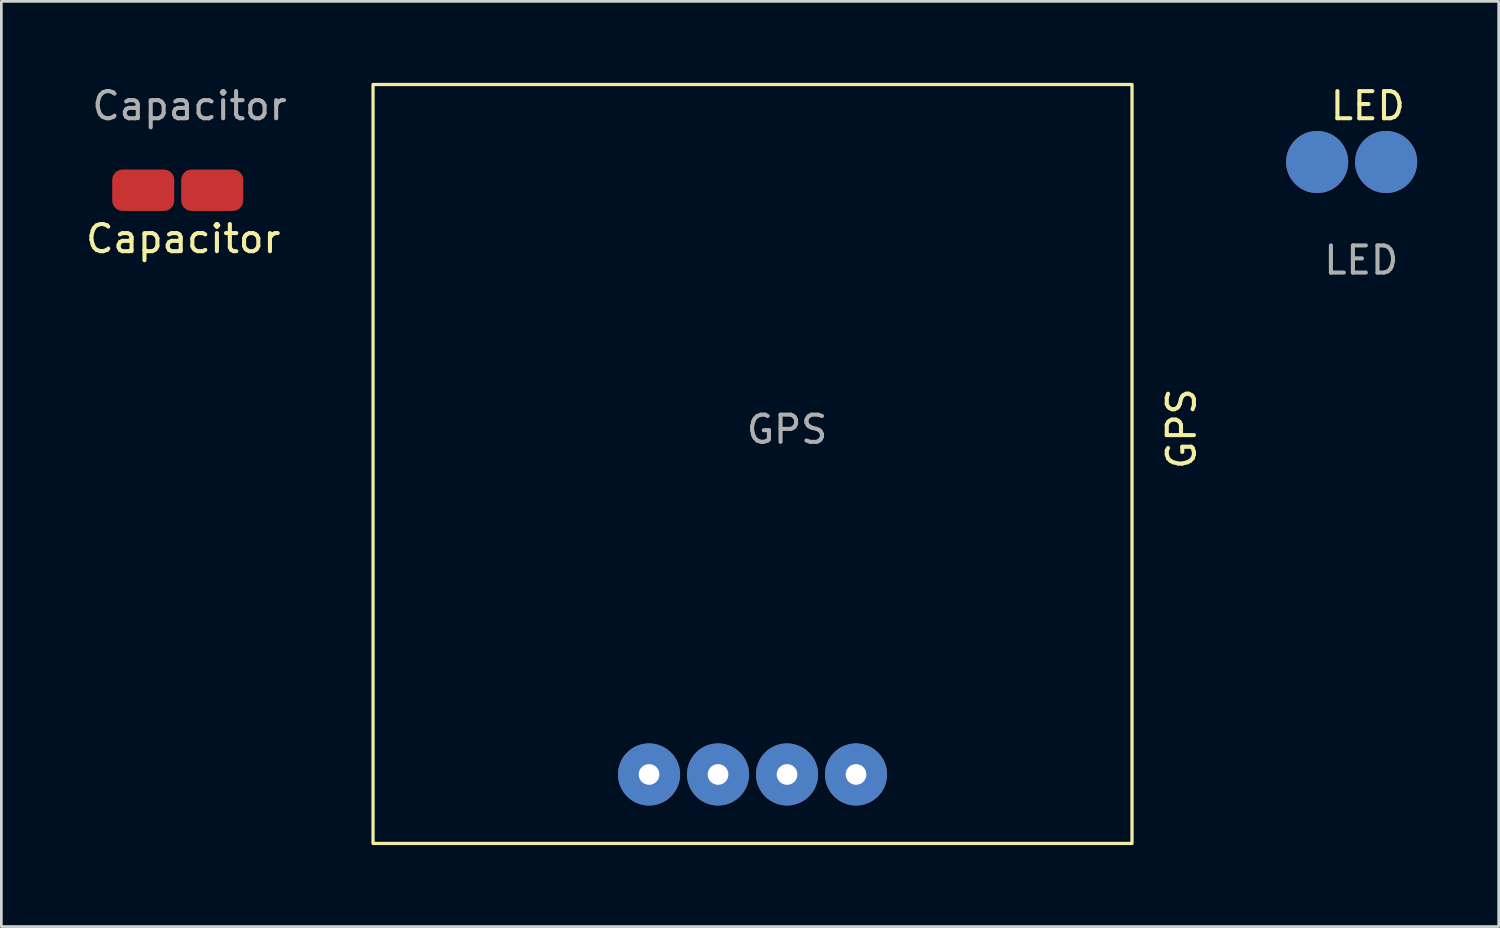
<source format=kicad_pcb>
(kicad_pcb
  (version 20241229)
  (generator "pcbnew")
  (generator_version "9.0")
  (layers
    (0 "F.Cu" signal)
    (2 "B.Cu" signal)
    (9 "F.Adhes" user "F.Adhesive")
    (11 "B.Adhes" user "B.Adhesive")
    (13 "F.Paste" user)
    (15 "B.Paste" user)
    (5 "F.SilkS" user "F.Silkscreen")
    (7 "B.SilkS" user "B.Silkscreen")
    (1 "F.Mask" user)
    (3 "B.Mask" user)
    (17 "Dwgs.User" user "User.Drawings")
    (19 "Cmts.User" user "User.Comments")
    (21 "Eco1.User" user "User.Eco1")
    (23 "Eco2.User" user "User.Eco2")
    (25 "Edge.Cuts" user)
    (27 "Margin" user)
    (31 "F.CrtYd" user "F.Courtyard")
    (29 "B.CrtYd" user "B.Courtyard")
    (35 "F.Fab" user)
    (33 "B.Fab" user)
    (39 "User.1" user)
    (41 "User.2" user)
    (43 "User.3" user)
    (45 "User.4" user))
  (footprint "GPS"
    (layer "F.Cu")
    (at 25.923 12.76)
    (property "Reference" "GPS" (at 14.524 -0.031 90) (unlocked yes) (layer "F.SilkS") (effects (font (size 1 1) (thickness 0.15))))
    (attr through_hole)
    (fp_rect (start -15.24 15.24) (end 12.7 -12.7) (stroke (width 0.12) (type solid)) (fill no) (layer "F.SilkS"))
    (fp_text user "${REFERENCE}" (at 0 0 0) (unlocked yes) (layer "F.Fab") (effects (font (size 1 1) (thickness 0.15))))
    (pad "1" thru_hole circle (at -5.08 12.7) (size 2.286 2.286) (drill 0.762) (layers "*.Cu" "*.Mask"))
    (pad "2" thru_hole circle (at -2.54 12.7) (size 2.286 2.286) (drill 0.762) (layers "*.Cu" "*.Mask"))
    (pad "3" thru_hole circle (at 0 12.7) (size 2.286 2.286) (drill 0.762) (layers "*.Cu" "*.Mask"))
    (pad "4" thru_hole circle (at 2.54 12.7) (size 2.286 2.286) (drill 0.762) (layers "*.Cu" "*.Mask")))
  (footprint "LED"
    (layer "F.Cu")
    (at 47.978 2.914)
    (property "Reference" "LED" (at -0.675 -2.066 0) (unlocked yes) (layer "F.SilkS") (effects (font (size 1 1) (thickness 0.15))))
    (attr through_hole)
    (fp_text user "${REFERENCE}" (at -0.914 3.616 0) (unlocked yes) (layer "F.Fab") (effects (font (size 1 1) (thickness 0.15))))
    (pad "1" thru_hole circle (at -2.54 0) (size 2.286 2.286) (drill 0.000001) (layers "*.Cu" "*.Mask"))
    (pad "2" thru_hole circle (at 0 0) (size 2.286 2.286) (drill 0.000001) (layers "*.Cu" "*.Mask")))
  (footprint "Capacitor"
    (layer "F.Cu")
    (at 3.499 3.797)
    (property "Reference" "Capacitor" (at 0.198 1.945 0) (unlocked yes) (layer "F.SilkS") (effects (font (size 1 1) (thickness 0.15))))
    (attr smd)
    (fp_text user "${REFERENCE}" (at 0.428 -2.949 0) (unlocked yes) (layer "F.Fab") (effects (font (size 1 1) (thickness 0.15))))
    (pad "1" smd roundrect (at -1.276 0.156) (size 2.286 1.524) (layers "F.Cu" "F.Mask" "F.Paste") (roundrect_rratio 0.25))
    (pad "2" smd roundrect (at 1.264 0.156) (size 2.286 1.524) (layers "F.Cu" "F.Mask" "F.Paste") (roundrect_rratio 0.25)))
  (gr_rect
    (start -3 -3)
    (end 52.121 31.06)
    (stroke (width 0.1) (type default))
    (fill no)
    (layer "Edge.Cuts")))
</source>
